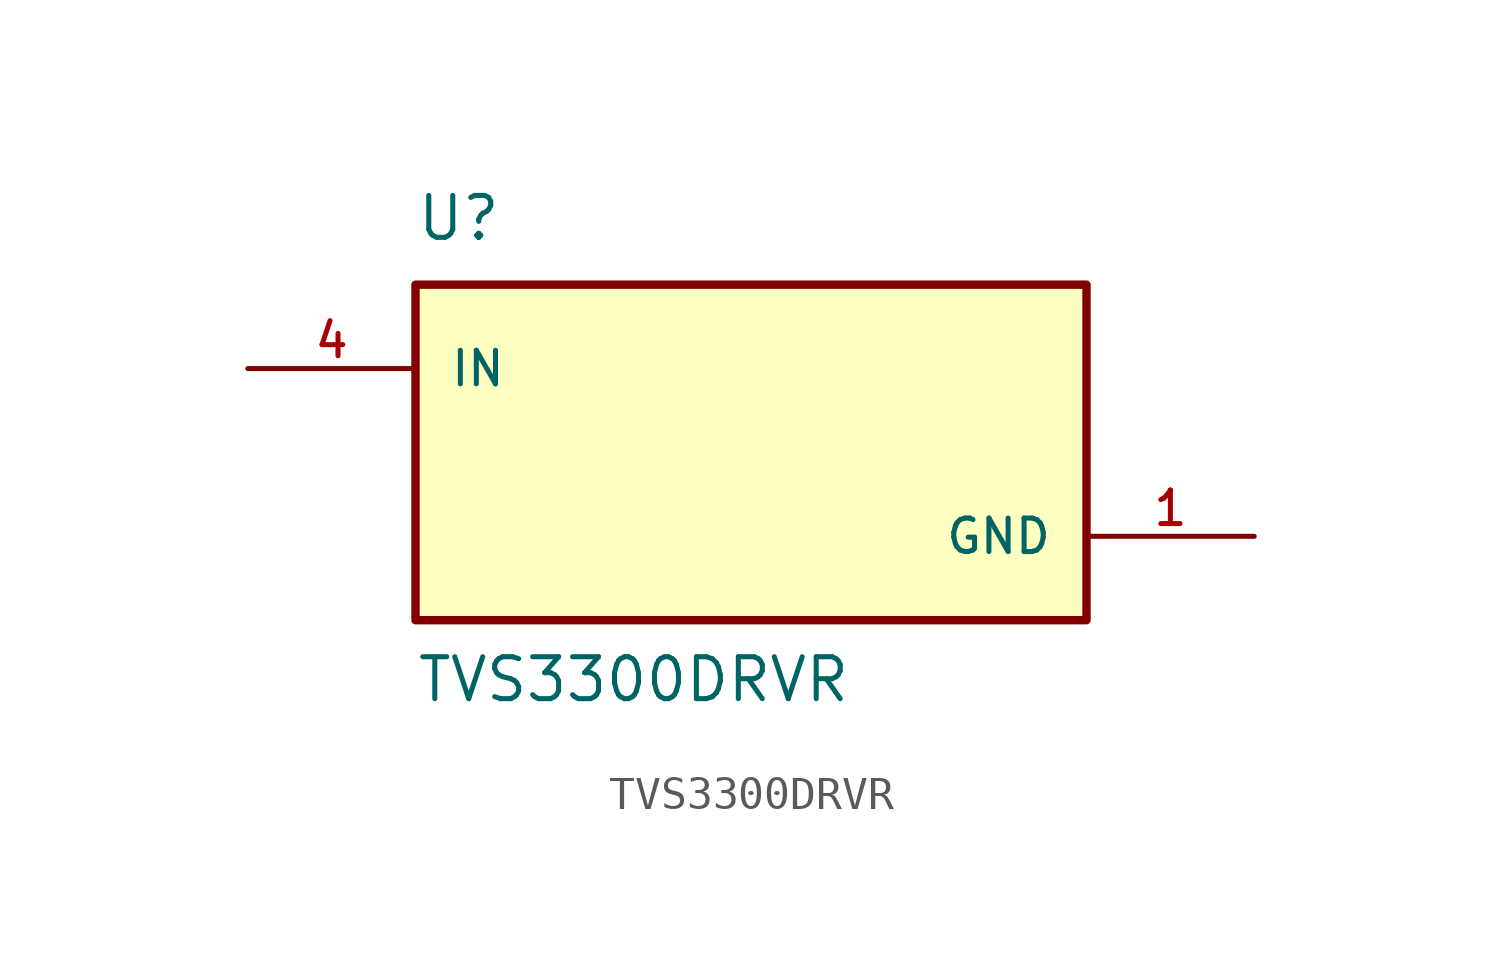
<source format=kicad_sym>
(kicad_symbol_lib
  (version 20211014)
  (generator kicad_symbol_editor)
  (symbol "TVS3300DRVR"
    (pin_names
      (offset 1.016))
    (property "Reference" "U"
      (at -10.16 6.35 0.0)
      (effects (font (size 1.27 1.27)) (justify bottom left)))
    (property "Value" "TVS3300DRVR"
      (at -10.16 -7.62 0.0)
      (effects (font (size 1.27 1.27)) (justify bottom left)))
    (symbol "TVS3300DRVR_0_0"
      (rectangle (start -10.16 -5.08) (end 10.16 5.08) (stroke (width 0.254)) (fill (type background)))
      (pin power_in line (at 15.24 -2.54 180.0) (length 5.08) (name "GND" (effects (font (size 1.016 1.016)))) (number "1" (effects (font (size 1.016 1.016)))))
      (pin input line (at -15.24 2.54 0) (length 5.08) (name "IN" (effects (font (size 1.016 1.016)))) (number "4" (effects (font (size 1.016 1.016))))))))
</source>
